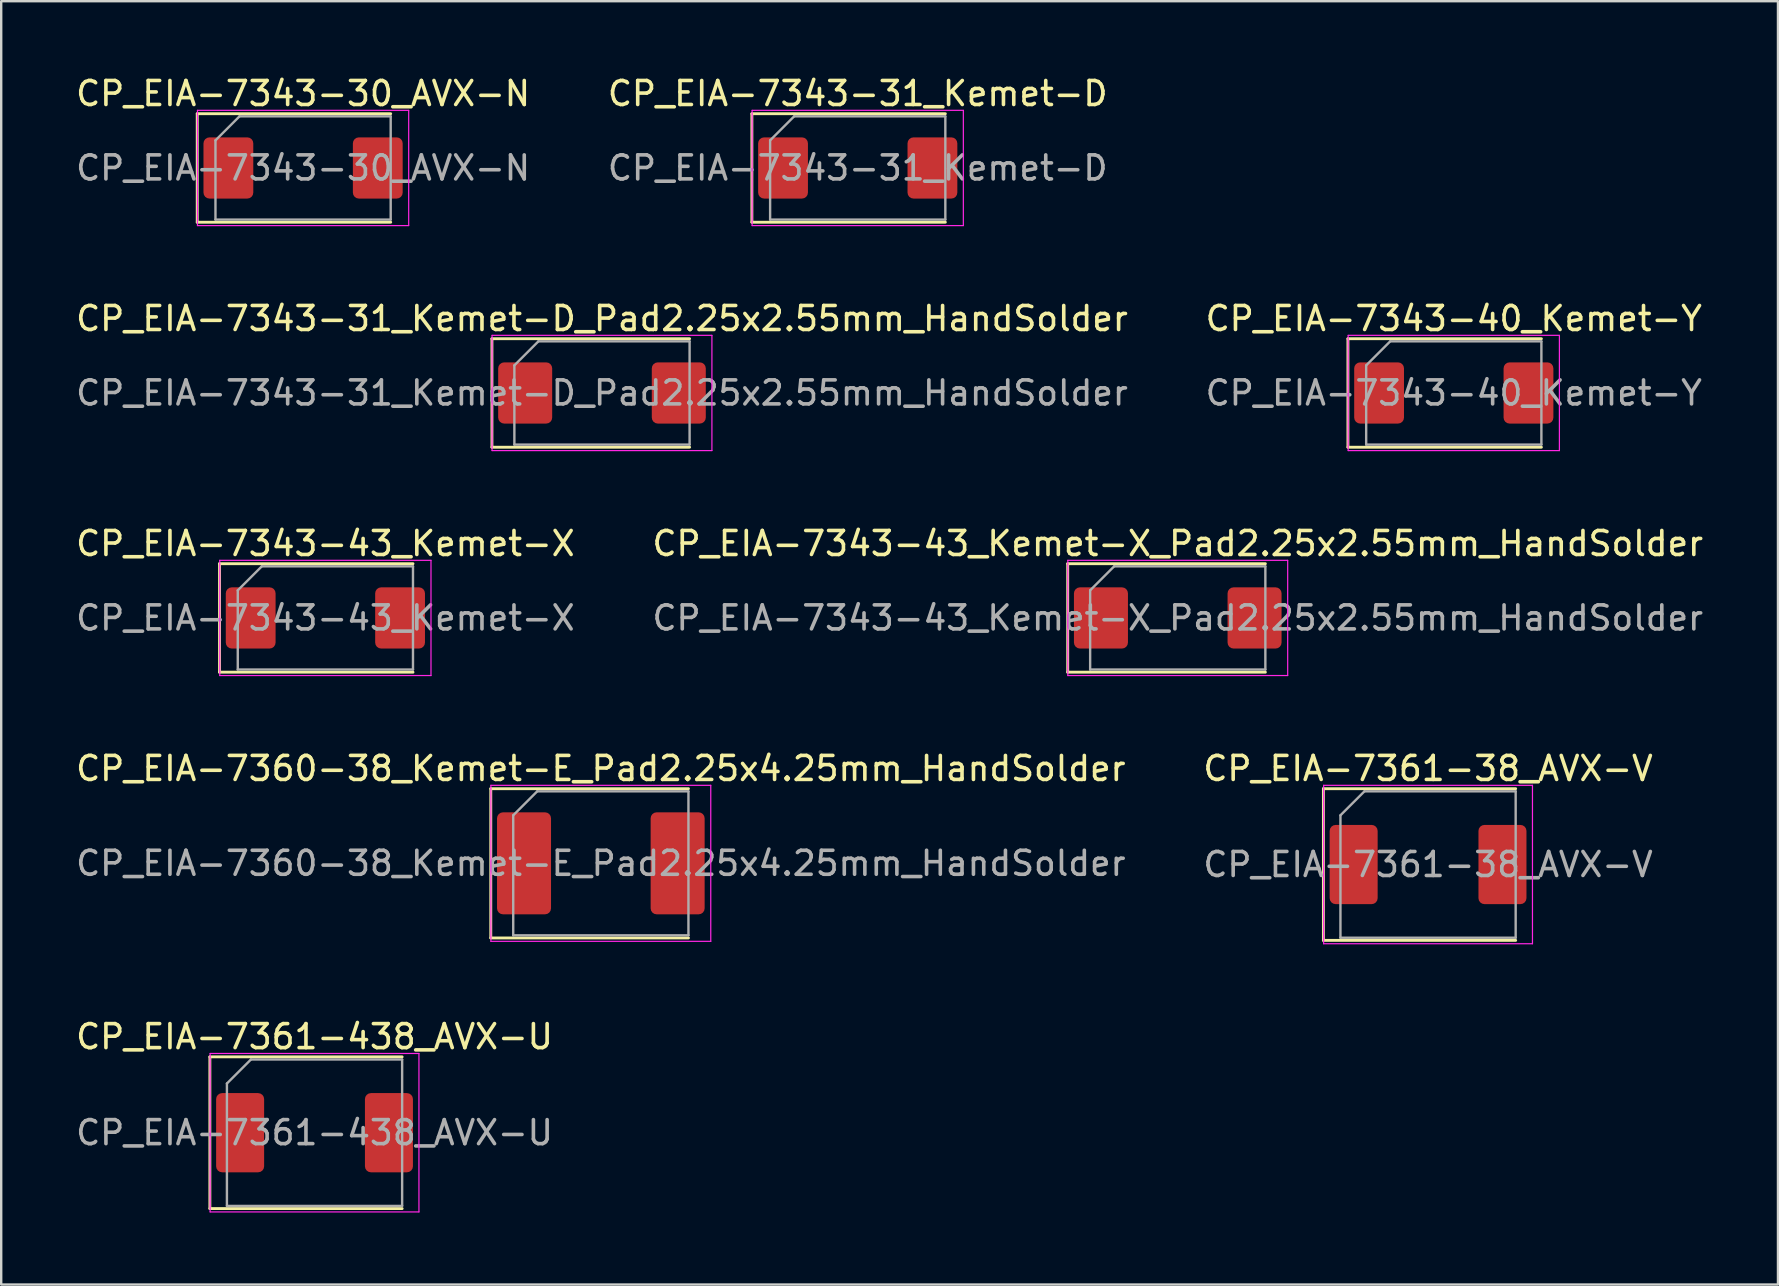
<source format=kicad_pcb>
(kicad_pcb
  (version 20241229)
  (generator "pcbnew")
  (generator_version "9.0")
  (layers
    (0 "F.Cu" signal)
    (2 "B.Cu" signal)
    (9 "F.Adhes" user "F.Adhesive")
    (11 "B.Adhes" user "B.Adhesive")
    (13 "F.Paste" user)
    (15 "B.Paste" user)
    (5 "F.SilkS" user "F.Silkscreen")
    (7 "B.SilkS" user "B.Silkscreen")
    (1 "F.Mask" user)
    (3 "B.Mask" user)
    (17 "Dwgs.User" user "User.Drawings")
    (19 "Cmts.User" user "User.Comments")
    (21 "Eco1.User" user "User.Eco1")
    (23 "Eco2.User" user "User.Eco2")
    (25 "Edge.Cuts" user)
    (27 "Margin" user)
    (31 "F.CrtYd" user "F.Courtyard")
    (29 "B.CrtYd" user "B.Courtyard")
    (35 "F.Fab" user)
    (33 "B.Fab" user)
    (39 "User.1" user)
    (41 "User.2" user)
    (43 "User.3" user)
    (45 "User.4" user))
  (footprint "CP_EIA-7343-40_Kemet-Y"
    (layer "F.Cu")
    (at 57.518 13.322)
    (property "Reference" "CP_EIA-7343-40_Kemet-Y" (at 0 -3.1 0) (layer "F.SilkS") (effects (font (size 1 1) (thickness 0.15))))
    (attr smd)
    (fp_line (start -4.41 -2.26) (end -4.41 2.26) (stroke (width 0.12) (type solid)) (layer "F.SilkS"))
    (fp_line (start -4.41 2.26) (end 3.65 2.26) (stroke (width 0.12) (type solid)) (layer "F.SilkS"))
    (fp_line (start 3.65 -2.26) (end -4.41 -2.26) (stroke (width 0.12) (type solid)) (layer "F.SilkS"))
    (fp_line (start -4.4 -2.4) (end 4.4 -2.4) (stroke (width 0.05) (type solid)) (layer "F.CrtYd"))
    (fp_line (start -4.4 2.4) (end -4.4 -2.4) (stroke (width 0.05) (type solid)) (layer "F.CrtYd"))
    (fp_line (start 4.4 -2.4) (end 4.4 2.4) (stroke (width 0.05) (type solid)) (layer "F.CrtYd"))
    (fp_line (start 4.4 2.4) (end -4.4 2.4) (stroke (width 0.05) (type solid)) (layer "F.CrtYd"))
    (fp_line (start -3.65 -1.15) (end -3.65 2.15) (stroke (width 0.1) (type solid)) (layer "F.Fab"))
    (fp_line (start -3.65 2.15) (end 3.65 2.15) (stroke (width 0.1) (type solid)) (layer "F.Fab"))
    (fp_line (start -2.65 -2.15) (end -3.65 -1.15) (stroke (width 0.1) (type solid)) (layer "F.Fab"))
    (fp_line (start 3.65 -2.15) (end -2.65 -2.15) (stroke (width 0.1) (type solid)) (layer "F.Fab"))
    (fp_line (start 3.65 2.15) (end 3.65 -2.15) (stroke (width 0.1) (type solid)) (layer "F.Fab"))
    (fp_text user "${REFERENCE}" (at 0 0 0) (layer "F.Fab") (effects (font (size 1 1) (thickness 0.15))))
    (pad "1" smd roundrect (at -3.112 0) (size 2.075 2.55) (layers "F.Cu" "F.Mask" "F.Paste") (roundrect_rratio 0.12))
    (pad "2" smd roundrect (at 3.112 0) (size 2.075 2.55) (layers "F.Cu" "F.Mask" "F.Paste") (roundrect_rratio 0.12)))
  (footprint "CP_EIA-7361-38_AVX-V"
    (layer "F.Cu")
    (at 56.446 32.968)
    (property "Reference" "CP_EIA-7361-38_AVX-V" (at 0 -4 0) (layer "F.SilkS") (effects (font (size 1 1) (thickness 0.15))))
    (attr smd)
    (fp_line (start -4.36 -3.16) (end -4.36 3.16) (stroke (width 0.12) (type solid)) (layer "F.SilkS"))
    (fp_line (start -4.36 3.16) (end 3.65 3.16) (stroke (width 0.12) (type solid)) (layer "F.SilkS"))
    (fp_line (start 3.65 -3.16) (end -4.36 -3.16) (stroke (width 0.12) (type solid)) (layer "F.SilkS"))
    (fp_line (start -4.35 -3.3) (end 4.35 -3.3) (stroke (width 0.05) (type solid)) (layer "F.CrtYd"))
    (fp_line (start -4.35 3.3) (end -4.35 -3.3) (stroke (width 0.05) (type solid)) (layer "F.CrtYd"))
    (fp_line (start 4.35 -3.3) (end 4.35 3.3) (stroke (width 0.05) (type solid)) (layer "F.CrtYd"))
    (fp_line (start 4.35 3.3) (end -4.35 3.3) (stroke (width 0.05) (type solid)) (layer "F.CrtYd"))
    (fp_line (start -3.65 -2.05) (end -3.65 3.05) (stroke (width 0.1) (type solid)) (layer "F.Fab"))
    (fp_line (start -3.65 3.05) (end 3.65 3.05) (stroke (width 0.1) (type solid)) (layer "F.Fab"))
    (fp_line (start -2.65 -3.05) (end -3.65 -2.05) (stroke (width 0.1) (type solid)) (layer "F.Fab"))
    (fp_line (start 3.65 -3.05) (end -2.65 -3.05) (stroke (width 0.1) (type solid)) (layer "F.Fab"))
    (fp_line (start 3.65 3.05) (end 3.65 -3.05) (stroke (width 0.1) (type solid)) (layer "F.Fab"))
    (fp_text user "${REFERENCE}" (at 0 0 0) (layer "F.Fab") (effects (font (size 1 1) (thickness 0.15))))
    (pad "1" smd roundrect (at -3.1 0) (size 2 3.3) (layers "F.Cu" "F.Mask" "F.Paste") (roundrect_rratio 0.125))
    (pad "2" smd roundrect (at 3.1 0) (size 2 3.3) (layers "F.Cu" "F.Mask" "F.Paste") (roundrect_rratio 0.125)))
  (footprint "CP_EIA-7343-31_Kemet-D_Pad2.25x2.55mm_HandSolder"
    (layer "F.Cu")
    (at 22.03 13.322)
    (property "Reference" "CP_EIA-7343-31_Kemet-D_Pad2.25x2.55mm_HandSolder" (at 0 -3.1 0) (layer "F.SilkS") (effects (font (size 1 1) (thickness 0.15))))
    (attr smd)
    (fp_line (start -4.585 -2.26) (end -4.585 2.26) (stroke (width 0.12) (type solid)) (layer "F.SilkS"))
    (fp_line (start -4.585 2.26) (end 3.65 2.26) (stroke (width 0.12) (type solid)) (layer "F.SilkS"))
    (fp_line (start 3.65 -2.26) (end -4.585 -2.26) (stroke (width 0.12) (type solid)) (layer "F.SilkS"))
    (fp_line (start -4.58 -2.4) (end 4.58 -2.4) (stroke (width 0.05) (type solid)) (layer "F.CrtYd"))
    (fp_line (start -4.58 2.4) (end -4.58 -2.4) (stroke (width 0.05) (type solid)) (layer "F.CrtYd"))
    (fp_line (start 4.58 -2.4) (end 4.58 2.4) (stroke (width 0.05) (type solid)) (layer "F.CrtYd"))
    (fp_line (start 4.58 2.4) (end -4.58 2.4) (stroke (width 0.05) (type solid)) (layer "F.CrtYd"))
    (fp_line (start -3.65 -1.15) (end -3.65 2.15) (stroke (width 0.1) (type solid)) (layer "F.Fab"))
    (fp_line (start -3.65 2.15) (end 3.65 2.15) (stroke (width 0.1) (type solid)) (layer "F.Fab"))
    (fp_line (start -2.65 -2.15) (end -3.65 -1.15) (stroke (width 0.1) (type solid)) (layer "F.Fab"))
    (fp_line (start 3.65 -2.15) (end -2.65 -2.15) (stroke (width 0.1) (type solid)) (layer "F.Fab"))
    (fp_line (start 3.65 2.15) (end 3.65 -2.15) (stroke (width 0.1) (type solid)) (layer "F.Fab"))
    (fp_text user "${REFERENCE}" (at 0 0 0) (layer "F.Fab") (effects (font (size 1 1) (thickness 0.15))))
    (pad "1" smd roundrect (at -3.2 0) (size 2.25 2.55) (layers "F.Cu" "F.Mask" "F.Paste") (roundrect_rratio 0.111))
    (pad "2" smd roundrect (at 3.2 0) (size 2.25 2.55) (layers "F.Cu" "F.Mask" "F.Paste") (roundrect_rratio 0.111)))
  (footprint "CP_EIA-7343-43_Kemet-X"
    (layer "F.Cu")
    (at 10.506 22.695)
    (property "Reference" "CP_EIA-7343-43_Kemet-X" (at 0 -3.1 0) (layer "F.SilkS") (effects (font (size 1 1) (thickness 0.15))))
    (attr smd)
    (fp_line (start -4.41 -2.26) (end -4.41 2.26) (stroke (width 0.12) (type solid)) (layer "F.SilkS"))
    (fp_line (start -4.41 2.26) (end 3.65 2.26) (stroke (width 0.12) (type solid)) (layer "F.SilkS"))
    (fp_line (start 3.65 -2.26) (end -4.41 -2.26) (stroke (width 0.12) (type solid)) (layer "F.SilkS"))
    (fp_line (start -4.4 -2.4) (end 4.4 -2.4) (stroke (width 0.05) (type solid)) (layer "F.CrtYd"))
    (fp_line (start -4.4 2.4) (end -4.4 -2.4) (stroke (width 0.05) (type solid)) (layer "F.CrtYd"))
    (fp_line (start 4.4 -2.4) (end 4.4 2.4) (stroke (width 0.05) (type solid)) (layer "F.CrtYd"))
    (fp_line (start 4.4 2.4) (end -4.4 2.4) (stroke (width 0.05) (type solid)) (layer "F.CrtYd"))
    (fp_line (start -3.65 -1.15) (end -3.65 2.15) (stroke (width 0.1) (type solid)) (layer "F.Fab"))
    (fp_line (start -3.65 2.15) (end 3.65 2.15) (stroke (width 0.1) (type solid)) (layer "F.Fab"))
    (fp_line (start -2.65 -2.15) (end -3.65 -1.15) (stroke (width 0.1) (type solid)) (layer "F.Fab"))
    (fp_line (start 3.65 -2.15) (end -2.65 -2.15) (stroke (width 0.1) (type solid)) (layer "F.Fab"))
    (fp_line (start 3.65 2.15) (end 3.65 -2.15) (stroke (width 0.1) (type solid)) (layer "F.Fab"))
    (fp_text user "${REFERENCE}" (at 0 0 0) (layer "F.Fab") (effects (font (size 1 1) (thickness 0.15))))
    (pad "1" smd roundrect (at -3.112 0) (size 2.075 2.55) (layers "F.Cu" "F.Mask" "F.Paste") (roundrect_rratio 0.12))
    (pad "2" smd roundrect (at 3.112 0) (size 2.075 2.55) (layers "F.Cu" "F.Mask" "F.Paste") (roundrect_rratio 0.12)))
  (footprint "CP_EIA-7360-38_Kemet-E_Pad2.25x4.25mm_HandSolder"
    (layer "F.Cu")
    (at 21.982 32.918)
    (property "Reference" "CP_EIA-7360-38_Kemet-E_Pad2.25x4.25mm_HandSolder" (at 0 -3.95 0) (layer "F.SilkS") (effects (font (size 1 1) (thickness 0.15))))
    (attr smd)
    (fp_line (start -4.585 -3.11) (end -4.585 3.11) (stroke (width 0.12) (type solid)) (layer "F.SilkS"))
    (fp_line (start -4.585 3.11) (end 3.65 3.11) (stroke (width 0.12) (type solid)) (layer "F.SilkS"))
    (fp_line (start 3.65 -3.11) (end -4.585 -3.11) (stroke (width 0.12) (type solid)) (layer "F.SilkS"))
    (fp_line (start -4.58 -3.25) (end 4.58 -3.25) (stroke (width 0.05) (type solid)) (layer "F.CrtYd"))
    (fp_line (start -4.58 3.25) (end -4.58 -3.25) (stroke (width 0.05) (type solid)) (layer "F.CrtYd"))
    (fp_line (start 4.58 -3.25) (end 4.58 3.25) (stroke (width 0.05) (type solid)) (layer "F.CrtYd"))
    (fp_line (start 4.58 3.25) (end -4.58 3.25) (stroke (width 0.05) (type solid)) (layer "F.CrtYd"))
    (fp_line (start -3.65 -2) (end -3.65 3) (stroke (width 0.1) (type solid)) (layer "F.Fab"))
    (fp_line (start -3.65 3) (end 3.65 3) (stroke (width 0.1) (type solid)) (layer "F.Fab"))
    (fp_line (start -2.65 -3) (end -3.65 -2) (stroke (width 0.1) (type solid)) (layer "F.Fab"))
    (fp_line (start 3.65 -3) (end -2.65 -3) (stroke (width 0.1) (type solid)) (layer "F.Fab"))
    (fp_line (start 3.65 3) (end 3.65 -3) (stroke (width 0.1) (type solid)) (layer "F.Fab"))
    (fp_text user "${REFERENCE}" (at 0 0 0) (layer "F.Fab") (effects (font (size 1 1) (thickness 0.15))))
    (pad "1" smd roundrect (at -3.2 0) (size 2.25 4.25) (layers "F.Cu" "F.Mask" "F.Paste") (roundrect_rratio 0.111))
    (pad "2" smd roundrect (at 3.2 0) (size 2.25 4.25) (layers "F.Cu" "F.Mask" "F.Paste") (roundrect_rratio 0.111)))
  (footprint "CP_EIA-7343-30_AVX-N"
    (layer "F.Cu")
    (at 9.577 3.948)
    (property "Reference" "CP_EIA-7343-30_AVX-N" (at 0 -3.1 0) (layer "F.SilkS") (effects (font (size 1 1) (thickness 0.15))))
    (attr smd)
    (fp_line (start -4.41 -2.26) (end -4.41 2.26) (stroke (width 0.12) (type solid)) (layer "F.SilkS"))
    (fp_line (start -4.41 2.26) (end 3.65 2.26) (stroke (width 0.12) (type solid)) (layer "F.SilkS"))
    (fp_line (start 3.65 -2.26) (end -4.41 -2.26) (stroke (width 0.12) (type solid)) (layer "F.SilkS"))
    (fp_line (start -4.4 -2.4) (end 4.4 -2.4) (stroke (width 0.05) (type solid)) (layer "F.CrtYd"))
    (fp_line (start -4.4 2.4) (end -4.4 -2.4) (stroke (width 0.05) (type solid)) (layer "F.CrtYd"))
    (fp_line (start 4.4 -2.4) (end 4.4 2.4) (stroke (width 0.05) (type solid)) (layer "F.CrtYd"))
    (fp_line (start 4.4 2.4) (end -4.4 2.4) (stroke (width 0.05) (type solid)) (layer "F.CrtYd"))
    (fp_line (start -3.65 -1.15) (end -3.65 2.15) (stroke (width 0.1) (type solid)) (layer "F.Fab"))
    (fp_line (start -3.65 2.15) (end 3.65 2.15) (stroke (width 0.1) (type solid)) (layer "F.Fab"))
    (fp_line (start -2.65 -2.15) (end -3.65 -1.15) (stroke (width 0.1) (type solid)) (layer "F.Fab"))
    (fp_line (start 3.65 -2.15) (end -2.65 -2.15) (stroke (width 0.1) (type solid)) (layer "F.Fab"))
    (fp_line (start 3.65 2.15) (end 3.65 -2.15) (stroke (width 0.1) (type solid)) (layer "F.Fab"))
    (fp_text user "${REFERENCE}" (at 0 0 0) (layer "F.Fab") (effects (font (size 1 1) (thickness 0.15))))
    (pad "1" smd roundrect (at -3.112 0) (size 2.075 2.55) (layers "F.Cu" "F.Mask" "F.Paste") (roundrect_rratio 0.12))
    (pad "2" smd roundrect (at 3.112 0) (size 2.075 2.55) (layers "F.Cu" "F.Mask" "F.Paste") (roundrect_rratio 0.12)))
  (footprint "CP_EIA-7343-43_Kemet-X_Pad2.25x2.55mm_HandSolder"
    (layer "F.Cu")
    (at 46.018 22.695)
    (property "Reference" "CP_EIA-7343-43_Kemet-X_Pad2.25x2.55mm_HandSolder" (at 0 -3.1 0) (layer "F.SilkS") (effects (font (size 1 1) (thickness 0.15))))
    (attr smd)
    (fp_line (start -4.585 -2.26) (end -4.585 2.26) (stroke (width 0.12) (type solid)) (layer "F.SilkS"))
    (fp_line (start -4.585 2.26) (end 3.65 2.26) (stroke (width 0.12) (type solid)) (layer "F.SilkS"))
    (fp_line (start 3.65 -2.26) (end -4.585 -2.26) (stroke (width 0.12) (type solid)) (layer "F.SilkS"))
    (fp_line (start -4.58 -2.4) (end 4.58 -2.4) (stroke (width 0.05) (type solid)) (layer "F.CrtYd"))
    (fp_line (start -4.58 2.4) (end -4.58 -2.4) (stroke (width 0.05) (type solid)) (layer "F.CrtYd"))
    (fp_line (start 4.58 -2.4) (end 4.58 2.4) (stroke (width 0.05) (type solid)) (layer "F.CrtYd"))
    (fp_line (start 4.58 2.4) (end -4.58 2.4) (stroke (width 0.05) (type solid)) (layer "F.CrtYd"))
    (fp_line (start -3.65 -1.15) (end -3.65 2.15) (stroke (width 0.1) (type solid)) (layer "F.Fab"))
    (fp_line (start -3.65 2.15) (end 3.65 2.15) (stroke (width 0.1) (type solid)) (layer "F.Fab"))
    (fp_line (start -2.65 -2.15) (end -3.65 -1.15) (stroke (width 0.1) (type solid)) (layer "F.Fab"))
    (fp_line (start 3.65 -2.15) (end -2.65 -2.15) (stroke (width 0.1) (type solid)) (layer "F.Fab"))
    (fp_line (start 3.65 2.15) (end 3.65 -2.15) (stroke (width 0.1) (type solid)) (layer "F.Fab"))
    (fp_text user "${REFERENCE}" (at 0 0 0) (layer "F.Fab") (effects (font (size 1 1) (thickness 0.15))))
    (pad "1" smd roundrect (at -3.2 0) (size 2.25 2.55) (layers "F.Cu" "F.Mask" "F.Paste") (roundrect_rratio 0.111))
    (pad "2" smd roundrect (at 3.2 0) (size 2.25 2.55) (layers "F.Cu" "F.Mask" "F.Paste") (roundrect_rratio 0.111)))
  (footprint "CP_EIA-7361-438_AVX-U"
    (layer "F.Cu")
    (at 10.054 44.141)
    (property "Reference" "CP_EIA-7361-438_AVX-U" (at 0 -4 0) (layer "F.SilkS") (effects (font (size 1 1) (thickness 0.15))))
    (attr smd)
    (fp_line (start -4.36 -3.16) (end -4.36 3.16) (stroke (width 0.12) (type solid)) (layer "F.SilkS"))
    (fp_line (start -4.36 3.16) (end 3.65 3.16) (stroke (width 0.12) (type solid)) (layer "F.SilkS"))
    (fp_line (start 3.65 -3.16) (end -4.36 -3.16) (stroke (width 0.12) (type solid)) (layer "F.SilkS"))
    (fp_line (start -4.35 -3.3) (end 4.35 -3.3) (stroke (width 0.05) (type solid)) (layer "F.CrtYd"))
    (fp_line (start -4.35 3.3) (end -4.35 -3.3) (stroke (width 0.05) (type solid)) (layer "F.CrtYd"))
    (fp_line (start 4.35 -3.3) (end 4.35 3.3) (stroke (width 0.05) (type solid)) (layer "F.CrtYd"))
    (fp_line (start 4.35 3.3) (end -4.35 3.3) (stroke (width 0.05) (type solid)) (layer "F.CrtYd"))
    (fp_line (start -3.65 -2.05) (end -3.65 3.05) (stroke (width 0.1) (type solid)) (layer "F.Fab"))
    (fp_line (start -3.65 3.05) (end 3.65 3.05) (stroke (width 0.1) (type solid)) (layer "F.Fab"))
    (fp_line (start -2.65 -3.05) (end -3.65 -2.05) (stroke (width 0.1) (type solid)) (layer "F.Fab"))
    (fp_line (start 3.65 -3.05) (end -2.65 -3.05) (stroke (width 0.1) (type solid)) (layer "F.Fab"))
    (fp_line (start 3.65 3.05) (end 3.65 -3.05) (stroke (width 0.1) (type solid)) (layer "F.Fab"))
    (fp_text user "${REFERENCE}" (at 0 0 0) (layer "F.Fab") (effects (font (size 1 1) (thickness 0.15))))
    (pad "1" smd roundrect (at -3.1 0) (size 2 3.3) (layers "F.Cu" "F.Mask" "F.Paste") (roundrect_rratio 0.125))
    (pad "2" smd roundrect (at 3.1 0) (size 2 3.3) (layers "F.Cu" "F.Mask" "F.Paste") (roundrect_rratio 0.125)))
  (footprint "CP_EIA-7343-31_Kemet-D"
    (layer "F.Cu")
    (at 32.685 3.948)
    (property "Reference" "CP_EIA-7343-31_Kemet-D" (at 0 -3.1 0) (layer "F.SilkS") (effects (font (size 1 1) (thickness 0.15))))
    (attr smd)
    (fp_line (start -4.41 -2.26) (end -4.41 2.26) (stroke (width 0.12) (type solid)) (layer "F.SilkS"))
    (fp_line (start -4.41 2.26) (end 3.65 2.26) (stroke (width 0.12) (type solid)) (layer "F.SilkS"))
    (fp_line (start 3.65 -2.26) (end -4.41 -2.26) (stroke (width 0.12) (type solid)) (layer "F.SilkS"))
    (fp_line (start -4.4 -2.4) (end 4.4 -2.4) (stroke (width 0.05) (type solid)) (layer "F.CrtYd"))
    (fp_line (start -4.4 2.4) (end -4.4 -2.4) (stroke (width 0.05) (type solid)) (layer "F.CrtYd"))
    (fp_line (start 4.4 -2.4) (end 4.4 2.4) (stroke (width 0.05) (type solid)) (layer "F.CrtYd"))
    (fp_line (start 4.4 2.4) (end -4.4 2.4) (stroke (width 0.05) (type solid)) (layer "F.CrtYd"))
    (fp_line (start -3.65 -1.15) (end -3.65 2.15) (stroke (width 0.1) (type solid)) (layer "F.Fab"))
    (fp_line (start -3.65 2.15) (end 3.65 2.15) (stroke (width 0.1) (type solid)) (layer "F.Fab"))
    (fp_line (start -2.65 -2.15) (end -3.65 -1.15) (stroke (width 0.1) (type solid)) (layer "F.Fab"))
    (fp_line (start 3.65 -2.15) (end -2.65 -2.15) (stroke (width 0.1) (type solid)) (layer "F.Fab"))
    (fp_line (start 3.65 2.15) (end 3.65 -2.15) (stroke (width 0.1) (type solid)) (layer "F.Fab"))
    (fp_text user "${REFERENCE}" (at 0 0 0) (layer "F.Fab") (effects (font (size 1 1) (thickness 0.15))))
    (pad "1" smd roundrect (at -3.112 0) (size 2.075 2.55) (layers "F.Cu" "F.Mask" "F.Paste") (roundrect_rratio 0.12))
    (pad "2" smd roundrect (at 3.112 0) (size 2.075 2.55) (layers "F.Cu" "F.Mask" "F.Paste") (roundrect_rratio 0.12)))
  (gr_rect
    (start -3 -3)
    (end 71.024 50.466)
    (stroke (width 0.1) (type default))
    (fill no)
    (layer "Edge.Cuts")))
</source>
